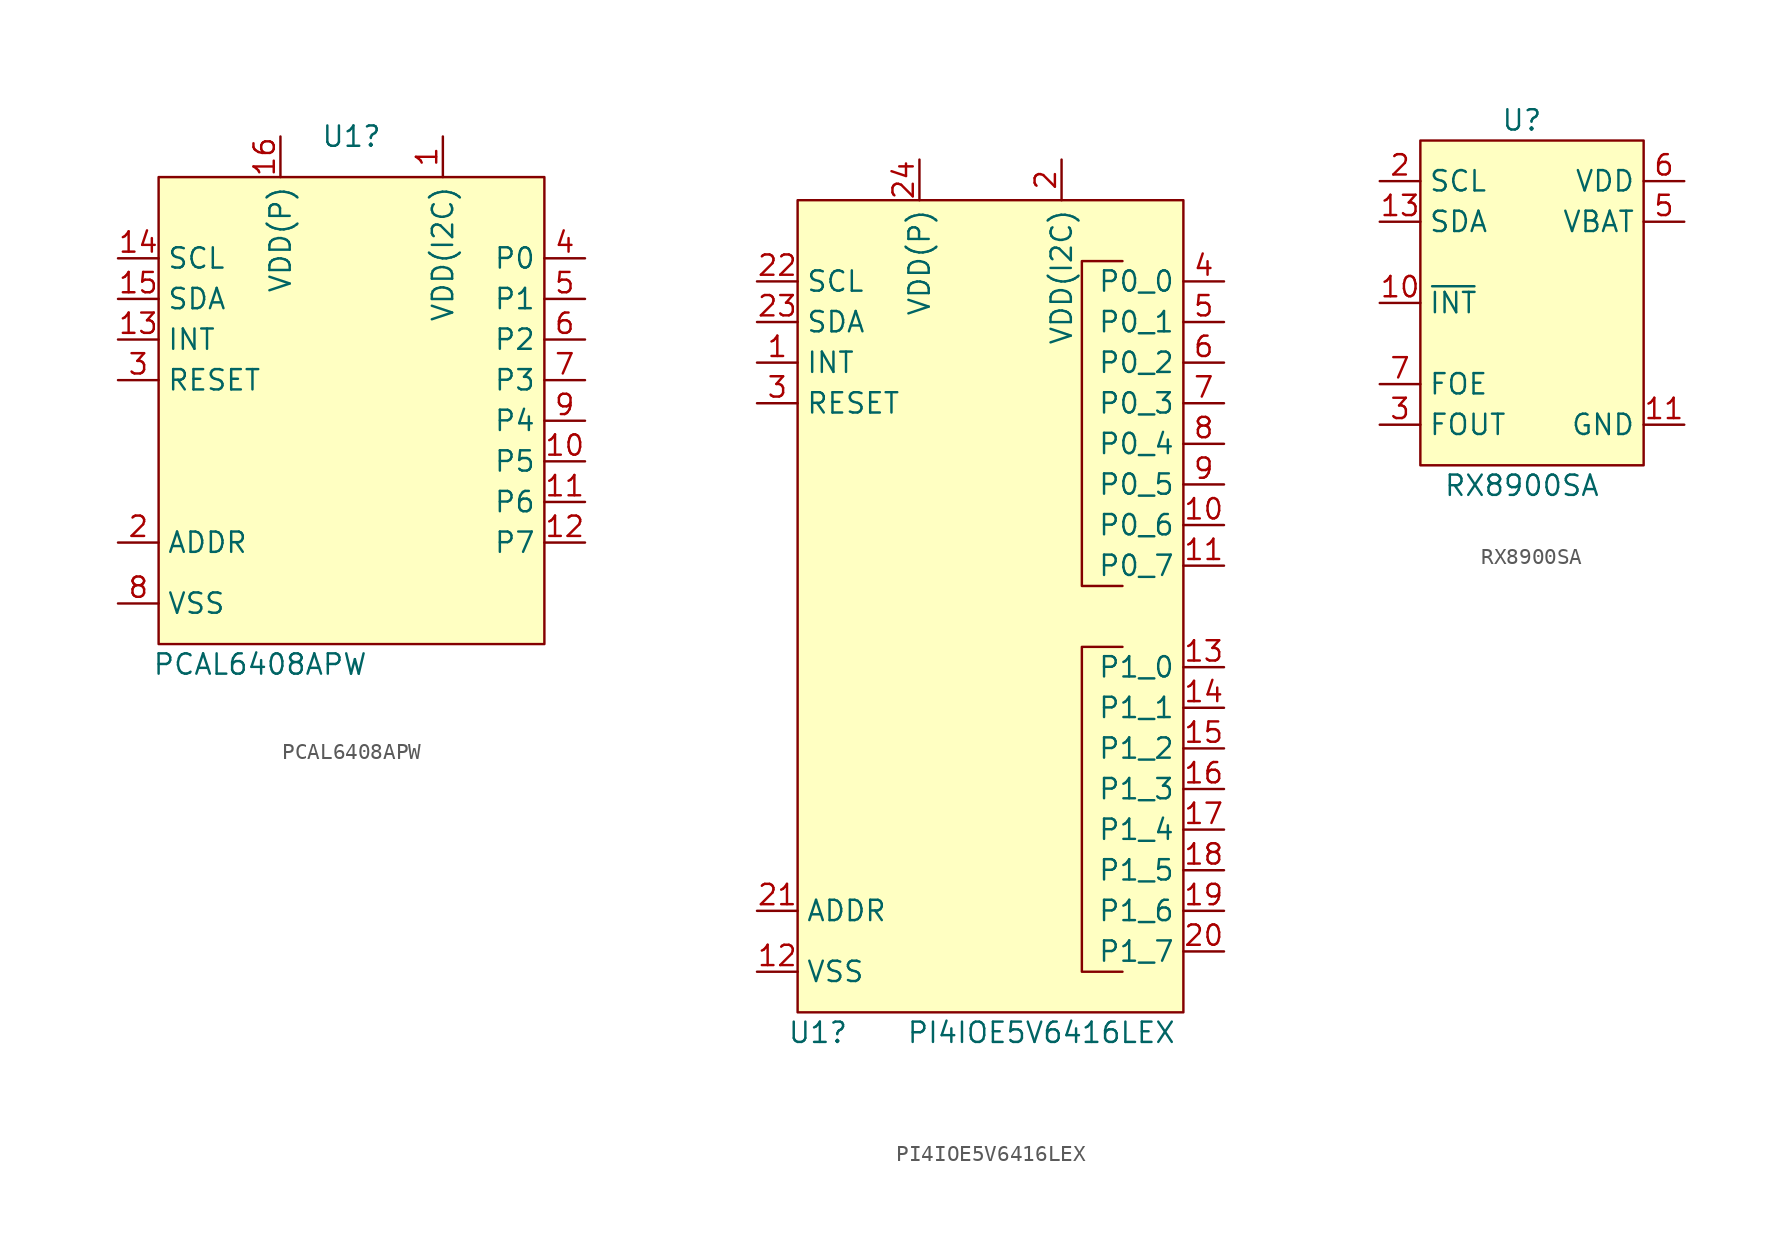
<source format=kicad_sym>
(kicad_symbol_lib
  (version 20220914)
  (generator kicad_symbol_editor)
  (symbol "PCAL6408APW"
    (property "Reference" "U1"
      (at -0.635 29.21 0)
      (effects (font (size 1.27 1.27))))
    (property "Value" "PCAL6408APW"
      (at -6.35 -3.81 0)
      (effects (font (size 1.27 1.27))))
    (symbol "PCAL6408APW_0_0"
      (pin input line (at -15.24 13.97 0) (length 2.54) (name "RESET" (effects (font (size 1.27 1.27)))) (number "3" (effects (font (size 1.27 1.27))))))
    (symbol "PCAL6408APW_1_0"
      (pin power_in line (at 5.08 29.21 270) (length 2.54) (name "VDD(I2C)" (effects (font (size 1.27 1.27)))) (number "1" (effects (font (size 1.27 1.27)))))
      (pin bidirectional line (at 13.97 8.89 180) (length 2.54) (name "P5" (effects (font (size 1.27 1.27)))) (number "10" (effects (font (size 1.27 1.27)))))
      (pin bidirectional line (at 13.97 6.35 180) (length 2.54) (name "P6" (effects (font (size 1.27 1.27)))) (number "11" (effects (font (size 1.27 1.27)))))
      (pin bidirectional line (at 13.97 3.81 180) (length 2.54) (name "P7" (effects (font (size 1.27 1.27)))) (number "12" (effects (font (size 1.27 1.27)))))
      (pin output line (at -15.24 16.51 0) (length 2.54) (name "INT" (effects (font (size 1.27 1.27)))) (number "13" (effects (font (size 1.27 1.27)))))
      (pin bidirectional line (at -15.24 21.59 0) (length 2.54) (name "SCL" (effects (font (size 1.27 1.27)))) (number "14" (effects (font (size 1.27 1.27)))))
      (pin bidirectional line (at -15.24 19.05 0) (length 2.54) (name "SDA" (effects (font (size 1.27 1.27)))) (number "15" (effects (font (size 1.27 1.27)))))
      (pin power_in line (at -5.08 29.21 270) (length 2.54) (name "VDD(P)" (effects (font (size 1.27 1.27)))) (number "16" (effects (font (size 1.27 1.27)))))
      (pin input line (at -15.24 3.81 0) (length 2.54) (name "ADDR" (effects (font (size 1.27 1.27)))) (number "2" (effects (font (size 1.27 1.27)))))
      (pin bidirectional line (at 13.97 21.59 180) (length 2.54) (name "P0" (effects (font (size 1.27 1.27)))) (number "4" (effects (font (size 1.27 1.27)))))
      (pin bidirectional line (at 13.97 19.05 180) (length 2.54) (name "P1" (effects (font (size 1.27 1.27)))) (number "5" (effects (font (size 1.27 1.27)))))
      (pin bidirectional line (at 13.97 16.51 180) (length 2.54) (name "P2" (effects (font (size 1.27 1.27)))) (number "6" (effects (font (size 1.27 1.27)))))
      (pin bidirectional line (at 13.97 13.97 180) (length 2.54) (name "P3" (effects (font (size 1.27 1.27)))) (number "7" (effects (font (size 1.27 1.27)))))
      (pin power_in line (at -15.24 0 0) (length 2.54) (name "VSS" (effects (font (size 1.27 1.27)))) (number "8" (effects (font (size 1.27 1.27)))))
      (pin bidirectional line (at 13.97 11.43 180) (length 2.54) (name "P4" (effects (font (size 1.27 1.27)))) (number "9" (effects (font (size 1.27 1.27))))))
    (symbol "PCAL6408APW_1_1"
      (rectangle (start -12.7 26.67) (end 11.43 -2.54) (stroke (width 0) (type default)) (fill (type background)))))
  (symbol "PI4IOE5V6416LEX"
    (property "Reference" "U1"
      (at -10.16 -25.4 0)
      (effects (font (size 1.27 1.27))))
    (property "Value" "PI4IOE5V6416LEX"
      (at 3.81 -25.4 0)
      (effects (font (size 1.27 1.27))))
    (symbol "PI4IOE5V6416LEX_0_0"
      (pin output line (at -13.97 16.51 0) (length 2.54) (name "INT" (effects (font (size 1.27 1.27)))) (number "1" (effects (font (size 1.27 1.27)))))
      (pin bidirectional line (at 15.24 6.35 180) (length 2.54) (name "P0_6" (effects (font (size 1.27 1.27)))) (number "10" (effects (font (size 1.27 1.27)))))
      (pin bidirectional line (at 15.24 3.81 180) (length 2.54) (name "P0_7" (effects (font (size 1.27 1.27)))) (number "11" (effects (font (size 1.27 1.27)))))
      (pin bidirectional line (at 15.24 -2.54 180) (length 2.54) (name "P1_0" (effects (font (size 1.27 1.27)))) (number "13" (effects (font (size 1.27 1.27)))))
      (pin bidirectional line (at 15.24 -5.08 180) (length 2.54) (name "P1_1" (effects (font (size 1.27 1.27)))) (number "14" (effects (font (size 1.27 1.27)))))
      (pin bidirectional line (at 15.24 -7.62 180) (length 2.54) (name "P1_2" (effects (font (size 1.27 1.27)))) (number "15" (effects (font (size 1.27 1.27)))))
      (pin bidirectional line (at 15.24 -10.16 180) (length 2.54) (name "P1_3" (effects (font (size 1.27 1.27)))) (number "16" (effects (font (size 1.27 1.27)))))
      (pin bidirectional line (at 15.24 -12.7 180) (length 2.54) (name "P1_4" (effects (font (size 1.27 1.27)))) (number "17" (effects (font (size 1.27 1.27)))))
      (pin bidirectional line (at 15.24 -15.24 180) (length 2.54) (name "P1_5" (effects (font (size 1.27 1.27)))) (number "18" (effects (font (size 1.27 1.27)))))
      (pin bidirectional line (at 15.24 -17.78 180) (length 2.54) (name "P1_6" (effects (font (size 1.27 1.27)))) (number "19" (effects (font (size 1.27 1.27)))))
      (pin bidirectional line (at 15.24 -20.32 180) (length 2.54) (name "P1_7" (effects (font (size 1.27 1.27)))) (number "20" (effects (font (size 1.27 1.27)))))
      (pin input line (at -13.97 -17.78 0) (length 2.54) (name "ADDR" (effects (font (size 1.27 1.27)))) (number "21" (effects (font (size 1.27 1.27)))))
      (pin bidirectional line (at -13.97 21.59 0) (length 2.54) (name "SCL" (effects (font (size 1.27 1.27)))) (number "22" (effects (font (size 1.27 1.27)))))
      (pin bidirectional line (at -13.97 19.05 0) (length 2.54) (name "SDA" (effects (font (size 1.27 1.27)))) (number "23" (effects (font (size 1.27 1.27)))))
      (pin input line (at -13.97 13.97 0) (length 2.54) (name "RESET" (effects (font (size 1.27 1.27)))) (number "3" (effects (font (size 1.27 1.27)))))
      (pin bidirectional line (at 15.24 21.59 180) (length 2.54) (name "P0_0" (effects (font (size 1.27 1.27)))) (number "4" (effects (font (size 1.27 1.27)))))
      (pin bidirectional line (at 15.24 19.05 180) (length 2.54) (name "P0_1" (effects (font (size 1.27 1.27)))) (number "5" (effects (font (size 1.27 1.27)))))
      (pin bidirectional line (at 15.24 16.51 180) (length 2.54) (name "P0_2" (effects (font (size 1.27 1.27)))) (number "6" (effects (font (size 1.27 1.27)))))
      (pin bidirectional line (at 15.24 13.97 180) (length 2.54) (name "P0_3" (effects (font (size 1.27 1.27)))) (number "7" (effects (font (size 1.27 1.27)))))
      (pin bidirectional line (at 15.24 11.43 180) (length 2.54) (name "P0_4" (effects (font (size 1.27 1.27)))) (number "8" (effects (font (size 1.27 1.27)))))
      (pin bidirectional line (at 15.24 8.89 180) (length 2.54) (name "P0_5" (effects (font (size 1.27 1.27)))) (number "9" (effects (font (size 1.27 1.27))))))
    (symbol "PI4IOE5V6416LEX_0_1"
      (polyline (pts (xy 8.89 -1.27) (xy 6.35 -1.27) (xy 6.35 -21.59) (xy 8.89 -21.59)) (stroke (width 0) (type default)) (fill (type none)))
      (polyline (pts (xy 8.89 22.86) (xy 6.35 22.86) (xy 6.35 2.54) (xy 8.89 2.54)) (stroke (width 0) (type default)) (fill (type none))))
    (symbol "PI4IOE5V6416LEX_1_0"
      (pin power_in line (at -13.97 -21.59 0) (length 2.54) (name "VSS" (effects (font (size 1.27 1.27)))) (number "12" (effects (font (size 1.27 1.27)))))
      (pin power_in line (at 5.08 29.21 270) (length 2.54) (name "VDD(I2C)" (effects (font (size 1.27 1.27)))) (number "2" (effects (font (size 1.27 1.27)))))
      (pin power_in line (at -3.81 29.21 270) (length 2.54) (name "VDD(P)" (effects (font (size 1.27 1.27)))) (number "24" (effects (font (size 1.27 1.27))))))
    (symbol "PI4IOE5V6416LEX_1_1"
      (rectangle (start -11.43 26.67) (end 12.7 -24.13) (stroke (width 0) (type default)) (fill (type background)))))
  (symbol "RX8900SA"
    (property "Reference" "U"
      (at 0 -1.27 0)
      (effects (font (size 1.27 1.27))))
    (property "Value" "RX8900SA"
      (at 0 -24.13 0)
      (effects (font (size 1.27 1.27))))
    (symbol "RX8900SA_1_1"
      (rectangle (start -6.35 -2.54) (end 7.62 -22.86) (stroke (width 0) (type default)) (fill (type background)))
      (pin free line (at -8.89 -10.16 0) (length 2.54) hide (name "T1" (effects (font (size 1.27 1.27)))) (number "1" (effects (font (size 1.27 1.27)))))
      (pin output line (at -8.89 -12.7 0) (length 2.54) (name "~{INT}" (effects (font (size 1.27 1.27)))) (number "10" (effects (font (size 1.27 1.27)))))
      (pin power_in line (at 10.16 -20.32 180) (length 2.54) (name "GND" (effects (font (size 1.27 1.27)))) (number "11" (effects (font (size 1.27 1.27)))))
      (pin free line (at -8.89 -15.24 0) (length 2.54) hide (name "T2" (effects (font (size 1.27 1.27)))) (number "12" (effects (font (size 1.27 1.27)))))
      (pin bidirectional line (at -8.89 -7.62 0) (length 2.54) (name "SDA" (effects (font (size 1.27 1.27)))) (number "13" (effects (font (size 1.27 1.27)))))
      (pin no_connect line (at 7.62 -17.78 0) (length 2.54) hide (name "N.C." (effects (font (size 1.27 1.27)))) (number "14" (effects (font (size 1.27 1.27)))))
      (pin input line (at -8.89 -5.08 0) (length 2.54) (name "SCL" (effects (font (size 1.27 1.27)))) (number "2" (effects (font (size 1.27 1.27)))))
      (pin output line (at -8.89 -20.32 0) (length 2.54) (name "FOUT" (effects (font (size 1.27 1.27)))) (number "3" (effects (font (size 1.27 1.27)))))
      (pin no_connect line (at 7.62 -10.16 0) (length 2.54) hide (name "N.C." (effects (font (size 1.27 1.27)))) (number "4" (effects (font (size 1.27 1.27)))))
      (pin power_in line (at 10.16 -7.62 180) (length 2.54) (name "VBAT" (effects (font (size 1.27 1.27)))) (number "5" (effects (font (size 1.27 1.27)))))
      (pin power_in line (at 10.16 -5.08 180) (length 2.54) (name "VDD" (effects (font (size 1.27 1.27)))) (number "6" (effects (font (size 1.27 1.27)))))
      (pin input line (at -8.89 -17.78 0) (length 2.54) (name "FOE" (effects (font (size 1.27 1.27)))) (number "7" (effects (font (size 1.27 1.27)))))
      (pin no_connect line (at 7.62 -12.7 0) (length 2.54) hide (name "N.C." (effects (font (size 1.27 1.27)))) (number "8" (effects (font (size 1.27 1.27)))))
      (pin no_connect line (at 7.62 -15.24 0) (length 2.54) hide (name "N.C." (effects (font (size 1.27 1.27)))) (number "9" (effects (font (size 1.27 1.27))))))))
</source>
